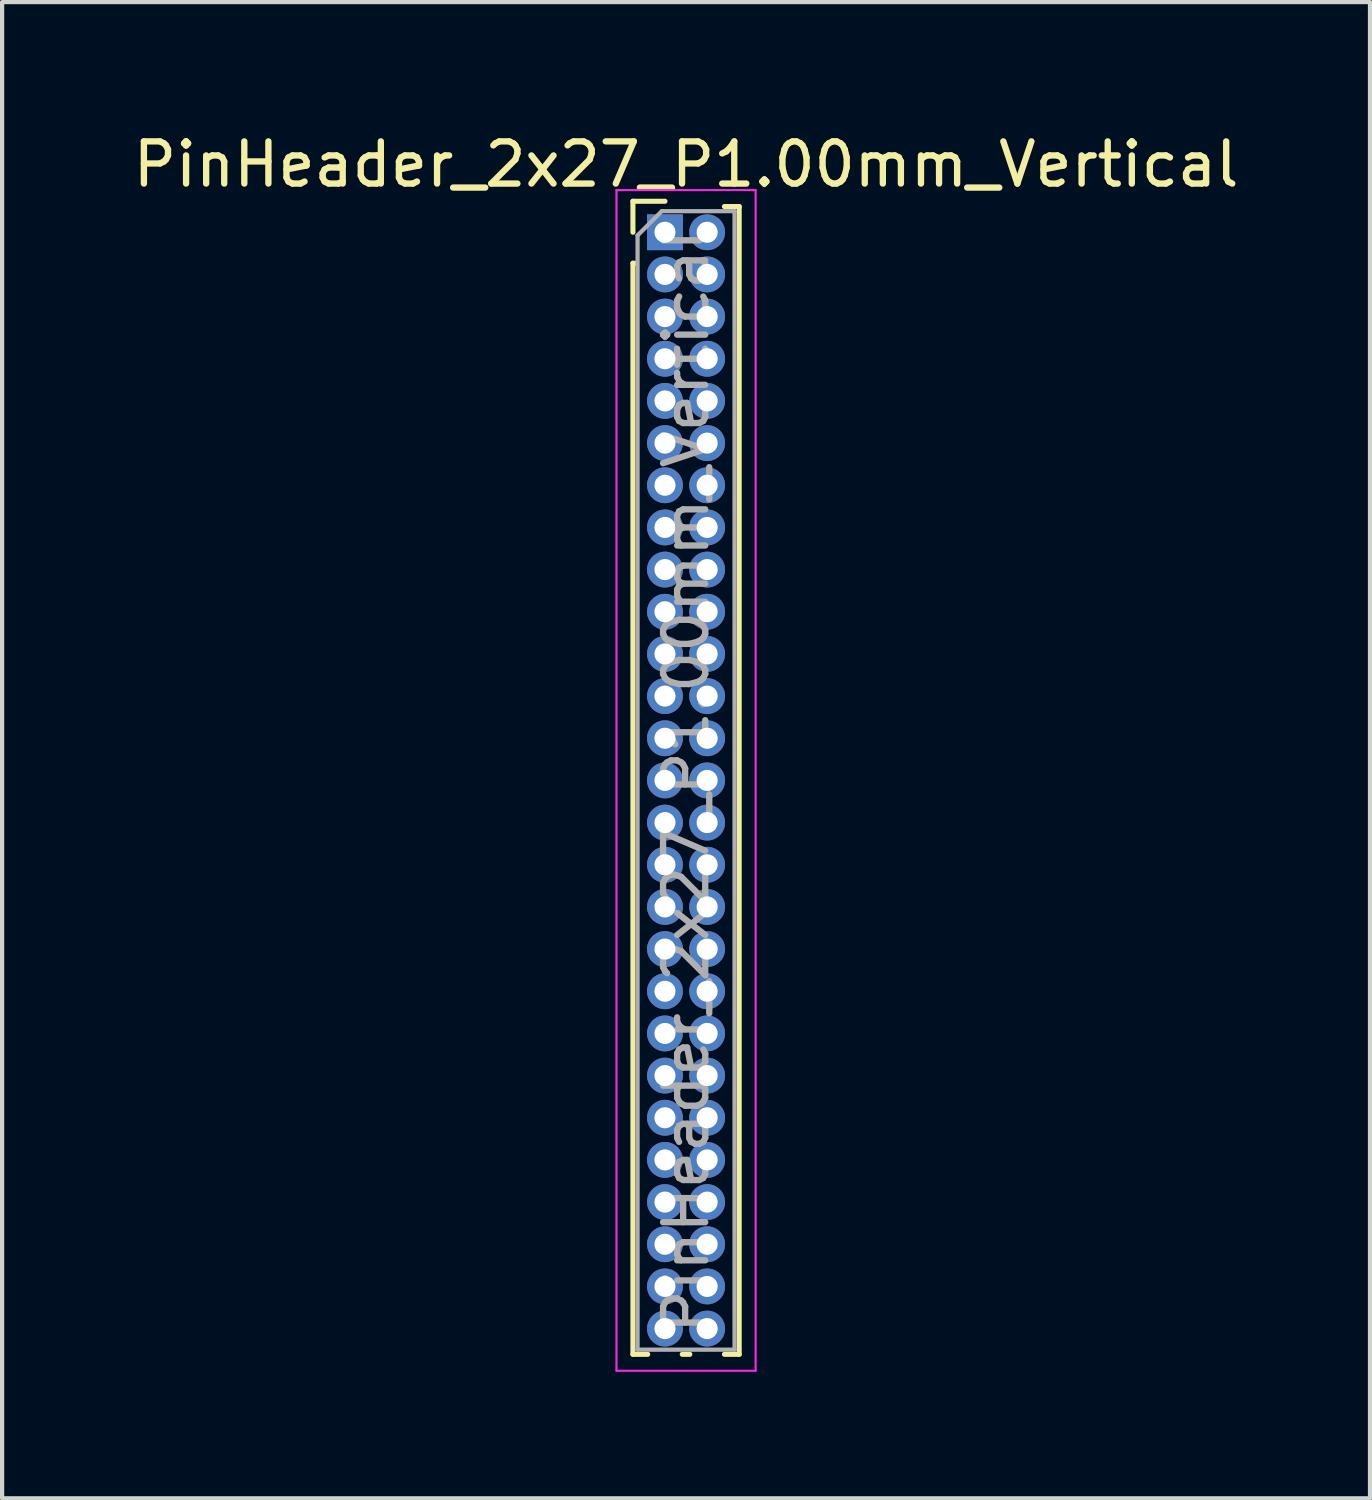
<source format=kicad_pcb>
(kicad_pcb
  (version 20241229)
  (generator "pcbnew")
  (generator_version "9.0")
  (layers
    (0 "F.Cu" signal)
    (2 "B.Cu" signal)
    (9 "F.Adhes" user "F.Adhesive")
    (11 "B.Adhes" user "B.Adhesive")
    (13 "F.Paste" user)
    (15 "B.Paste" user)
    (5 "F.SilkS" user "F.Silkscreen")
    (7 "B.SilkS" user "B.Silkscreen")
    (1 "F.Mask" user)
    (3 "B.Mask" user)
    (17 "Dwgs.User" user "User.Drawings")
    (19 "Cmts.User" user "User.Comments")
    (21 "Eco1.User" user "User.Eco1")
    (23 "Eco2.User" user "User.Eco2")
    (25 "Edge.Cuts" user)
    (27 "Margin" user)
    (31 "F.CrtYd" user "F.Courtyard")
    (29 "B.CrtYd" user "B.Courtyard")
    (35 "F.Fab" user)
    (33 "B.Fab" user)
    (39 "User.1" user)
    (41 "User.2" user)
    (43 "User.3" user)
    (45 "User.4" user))
  (footprint "PinHeader_2x27_P1.00mm_Vertical"
    (layer "F.Cu")
    (at 12.72 2.458)
    (property "Reference" "PinHeader_2x27_P1.00mm_Vertical" (at 0.5 -1.61 0) (layer "F.SilkS") (effects (font (size 1 1) (thickness 0.15))))
    (attr through_hole)
    (fp_line (start -0.76 -0.735) (end 0 -0.735) (stroke (width 0.12) (type solid)) (layer "F.SilkS"))
    (fp_line (start -0.76 0) (end -0.76 -0.735) (stroke (width 0.12) (type solid)) (layer "F.SilkS"))
    (fp_line (start -0.76 0.735) (end -0.76 26.61) (stroke (width 0.12) (type solid)) (layer "F.SilkS"))
    (fp_line (start -0.76 0.735) (end -0.686 0.735) (stroke (width 0.12) (type solid)) (layer "F.SilkS"))
    (fp_line (start -0.76 26.61) (end -0.41 26.61) (stroke (width 0.12) (type solid)) (layer "F.SilkS"))
    (fp_line (start 0.41 26.61) (end 0.59 26.61) (stroke (width 0.12) (type solid)) (layer "F.SilkS"))
    (fp_line (start 1.41 -0.61) (end 1.76 -0.61) (stroke (width 0.12) (type solid)) (layer "F.SilkS"))
    (fp_line (start 1.41 26.61) (end 1.76 26.61) (stroke (width 0.12) (type solid)) (layer "F.SilkS"))
    (fp_line (start 1.76 -0.61) (end 1.76 26.61) (stroke (width 0.12) (type solid)) (layer "F.SilkS"))
    (fp_line (start -1.15 -1) (end -1.15 27) (stroke (width 0.05) (type solid)) (layer "F.CrtYd"))
    (fp_line (start -1.15 27) (end 2.15 27) (stroke (width 0.05) (type solid)) (layer "F.CrtYd"))
    (fp_line (start 2.15 -1) (end -1.15 -1) (stroke (width 0.05) (type solid)) (layer "F.CrtYd"))
    (fp_line (start 2.15 27) (end 2.15 -1) (stroke (width 0.05) (type solid)) (layer "F.CrtYd"))
    (fp_line (start -0.65 0.075) (end -0.075 -0.5) (stroke (width 0.1) (type solid)) (layer "F.Fab"))
    (fp_line (start -0.65 26.5) (end -0.65 0.075) (stroke (width 0.1) (type solid)) (layer "F.Fab"))
    (fp_line (start -0.075 -0.5) (end 1.65 -0.5) (stroke (width 0.1) (type solid)) (layer "F.Fab"))
    (fp_line (start 1.65 -0.5) (end 1.65 26.5) (stroke (width 0.1) (type solid)) (layer "F.Fab"))
    (fp_line (start 1.65 26.5) (end -0.65 26.5) (stroke (width 0.1) (type solid)) (layer "F.Fab"))
    (fp_text user "${REFERENCE}" (at 0.5 13 90) (layer "F.Fab") (effects (font (size 1 1) (thickness 0.15))))
    (pad "1" thru_hole rect (at 0 0) (size 0.85 0.85) (drill 0.5) (layers "*.Cu" "*.Mask"))
    (pad "2" thru_hole circle (at 1 0) (size 0.85 0.85) (drill 0.5) (layers "*.Cu" "*.Mask"))
    (pad "3" thru_hole circle (at 0 1) (size 0.85 0.85) (drill 0.5) (layers "*.Cu" "*.Mask"))
    (pad "4" thru_hole circle (at 1 1) (size 0.85 0.85) (drill 0.5) (layers "*.Cu" "*.Mask"))
    (pad "5" thru_hole circle (at 0 2) (size 0.85 0.85) (drill 0.5) (layers "*.Cu" "*.Mask"))
    (pad "6" thru_hole circle (at 1 2) (size 0.85 0.85) (drill 0.5) (layers "*.Cu" "*.Mask"))
    (pad "7" thru_hole circle (at 0 3) (size 0.85 0.85) (drill 0.5) (layers "*.Cu" "*.Mask"))
    (pad "8" thru_hole circle (at 1 3) (size 0.85 0.85) (drill 0.5) (layers "*.Cu" "*.Mask"))
    (pad "9" thru_hole circle (at 0 4) (size 0.85 0.85) (drill 0.5) (layers "*.Cu" "*.Mask"))
    (pad "10" thru_hole circle (at 1 4) (size 0.85 0.85) (drill 0.5) (layers "*.Cu" "*.Mask"))
    (pad "11" thru_hole circle (at 0 5) (size 0.85 0.85) (drill 0.5) (layers "*.Cu" "*.Mask"))
    (pad "12" thru_hole circle (at 1 5) (size 0.85 0.85) (drill 0.5) (layers "*.Cu" "*.Mask"))
    (pad "13" thru_hole circle (at 0 6) (size 0.85 0.85) (drill 0.5) (layers "*.Cu" "*.Mask"))
    (pad "14" thru_hole circle (at 1 6) (size 0.85 0.85) (drill 0.5) (layers "*.Cu" "*.Mask"))
    (pad "15" thru_hole circle (at 0 7) (size 0.85 0.85) (drill 0.5) (layers "*.Cu" "*.Mask"))
    (pad "16" thru_hole circle (at 1 7) (size 0.85 0.85) (drill 0.5) (layers "*.Cu" "*.Mask"))
    (pad "17" thru_hole circle (at 0 8) (size 0.85 0.85) (drill 0.5) (layers "*.Cu" "*.Mask"))
    (pad "18" thru_hole circle (at 1 8) (size 0.85 0.85) (drill 0.5) (layers "*.Cu" "*.Mask"))
    (pad "19" thru_hole circle (at 0 9) (size 0.85 0.85) (drill 0.5) (layers "*.Cu" "*.Mask"))
    (pad "20" thru_hole circle (at 1 9) (size 0.85 0.85) (drill 0.5) (layers "*.Cu" "*.Mask"))
    (pad "21" thru_hole circle (at 0 10) (size 0.85 0.85) (drill 0.5) (layers "*.Cu" "*.Mask"))
    (pad "22" thru_hole circle (at 1 10) (size 0.85 0.85) (drill 0.5) (layers "*.Cu" "*.Mask"))
    (pad "23" thru_hole circle (at 0 11) (size 0.85 0.85) (drill 0.5) (layers "*.Cu" "*.Mask"))
    (pad "24" thru_hole circle (at 1 11) (size 0.85 0.85) (drill 0.5) (layers "*.Cu" "*.Mask"))
    (pad "25" thru_hole circle (at 0 12) (size 0.85 0.85) (drill 0.5) (layers "*.Cu" "*.Mask"))
    (pad "26" thru_hole circle (at 1 12) (size 0.85 0.85) (drill 0.5) (layers "*.Cu" "*.Mask"))
    (pad "27" thru_hole circle (at 0 13) (size 0.85 0.85) (drill 0.5) (layers "*.Cu" "*.Mask"))
    (pad "28" thru_hole circle (at 1 13) (size 0.85 0.85) (drill 0.5) (layers "*.Cu" "*.Mask"))
    (pad "29" thru_hole circle (at 0 14) (size 0.85 0.85) (drill 0.5) (layers "*.Cu" "*.Mask"))
    (pad "30" thru_hole circle (at 1 14) (size 0.85 0.85) (drill 0.5) (layers "*.Cu" "*.Mask"))
    (pad "31" thru_hole circle (at 0 15) (size 0.85 0.85) (drill 0.5) (layers "*.Cu" "*.Mask"))
    (pad "32" thru_hole circle (at 1 15) (size 0.85 0.85) (drill 0.5) (layers "*.Cu" "*.Mask"))
    (pad "33" thru_hole circle (at 0 16) (size 0.85 0.85) (drill 0.5) (layers "*.Cu" "*.Mask"))
    (pad "34" thru_hole circle (at 1 16) (size 0.85 0.85) (drill 0.5) (layers "*.Cu" "*.Mask"))
    (pad "35" thru_hole circle (at 0 17) (size 0.85 0.85) (drill 0.5) (layers "*.Cu" "*.Mask"))
    (pad "36" thru_hole circle (at 1 17) (size 0.85 0.85) (drill 0.5) (layers "*.Cu" "*.Mask"))
    (pad "37" thru_hole circle (at 0 18) (size 0.85 0.85) (drill 0.5) (layers "*.Cu" "*.Mask"))
    (pad "38" thru_hole circle (at 1 18) (size 0.85 0.85) (drill 0.5) (layers "*.Cu" "*.Mask"))
    (pad "39" thru_hole circle (at 0 19) (size 0.85 0.85) (drill 0.5) (layers "*.Cu" "*.Mask"))
    (pad "40" thru_hole circle (at 1 19) (size 0.85 0.85) (drill 0.5) (layers "*.Cu" "*.Mask"))
    (pad "41" thru_hole circle (at 0 20) (size 0.85 0.85) (drill 0.5) (layers "*.Cu" "*.Mask"))
    (pad "42" thru_hole circle (at 1 20) (size 0.85 0.85) (drill 0.5) (layers "*.Cu" "*.Mask"))
    (pad "43" thru_hole circle (at 0 21) (size 0.85 0.85) (drill 0.5) (layers "*.Cu" "*.Mask"))
    (pad "44" thru_hole circle (at 1 21) (size 0.85 0.85) (drill 0.5) (layers "*.Cu" "*.Mask"))
    (pad "45" thru_hole circle (at 0 22) (size 0.85 0.85) (drill 0.5) (layers "*.Cu" "*.Mask"))
    (pad "46" thru_hole circle (at 1 22) (size 0.85 0.85) (drill 0.5) (layers "*.Cu" "*.Mask"))
    (pad "47" thru_hole circle (at 0 23) (size 0.85 0.85) (drill 0.5) (layers "*.Cu" "*.Mask"))
    (pad "48" thru_hole circle (at 1 23) (size 0.85 0.85) (drill 0.5) (layers "*.Cu" "*.Mask"))
    (pad "49" thru_hole circle (at 0 24) (size 0.85 0.85) (drill 0.5) (layers "*.Cu" "*.Mask"))
    (pad "50" thru_hole circle (at 1 24) (size 0.85 0.85) (drill 0.5) (layers "*.Cu" "*.Mask"))
    (pad "51" thru_hole circle (at 0 25) (size 0.85 0.85) (drill 0.5) (layers "*.Cu" "*.Mask"))
    (pad "52" thru_hole circle (at 1 25) (size 0.85 0.85) (drill 0.5) (layers "*.Cu" "*.Mask"))
    (pad "53" thru_hole circle (at 0 26) (size 0.85 0.85) (drill 0.5) (layers "*.Cu" "*.Mask"))
    (pad "54" thru_hole circle (at 1 26) (size 0.85 0.85) (drill 0.5) (layers "*.Cu" "*.Mask")))
  (gr_rect
    (start -3 -3)
    (end 29.44 32.483)
    (stroke (width 0.1) (type default))
    (fill no)
    (layer "Edge.Cuts")))
</source>
